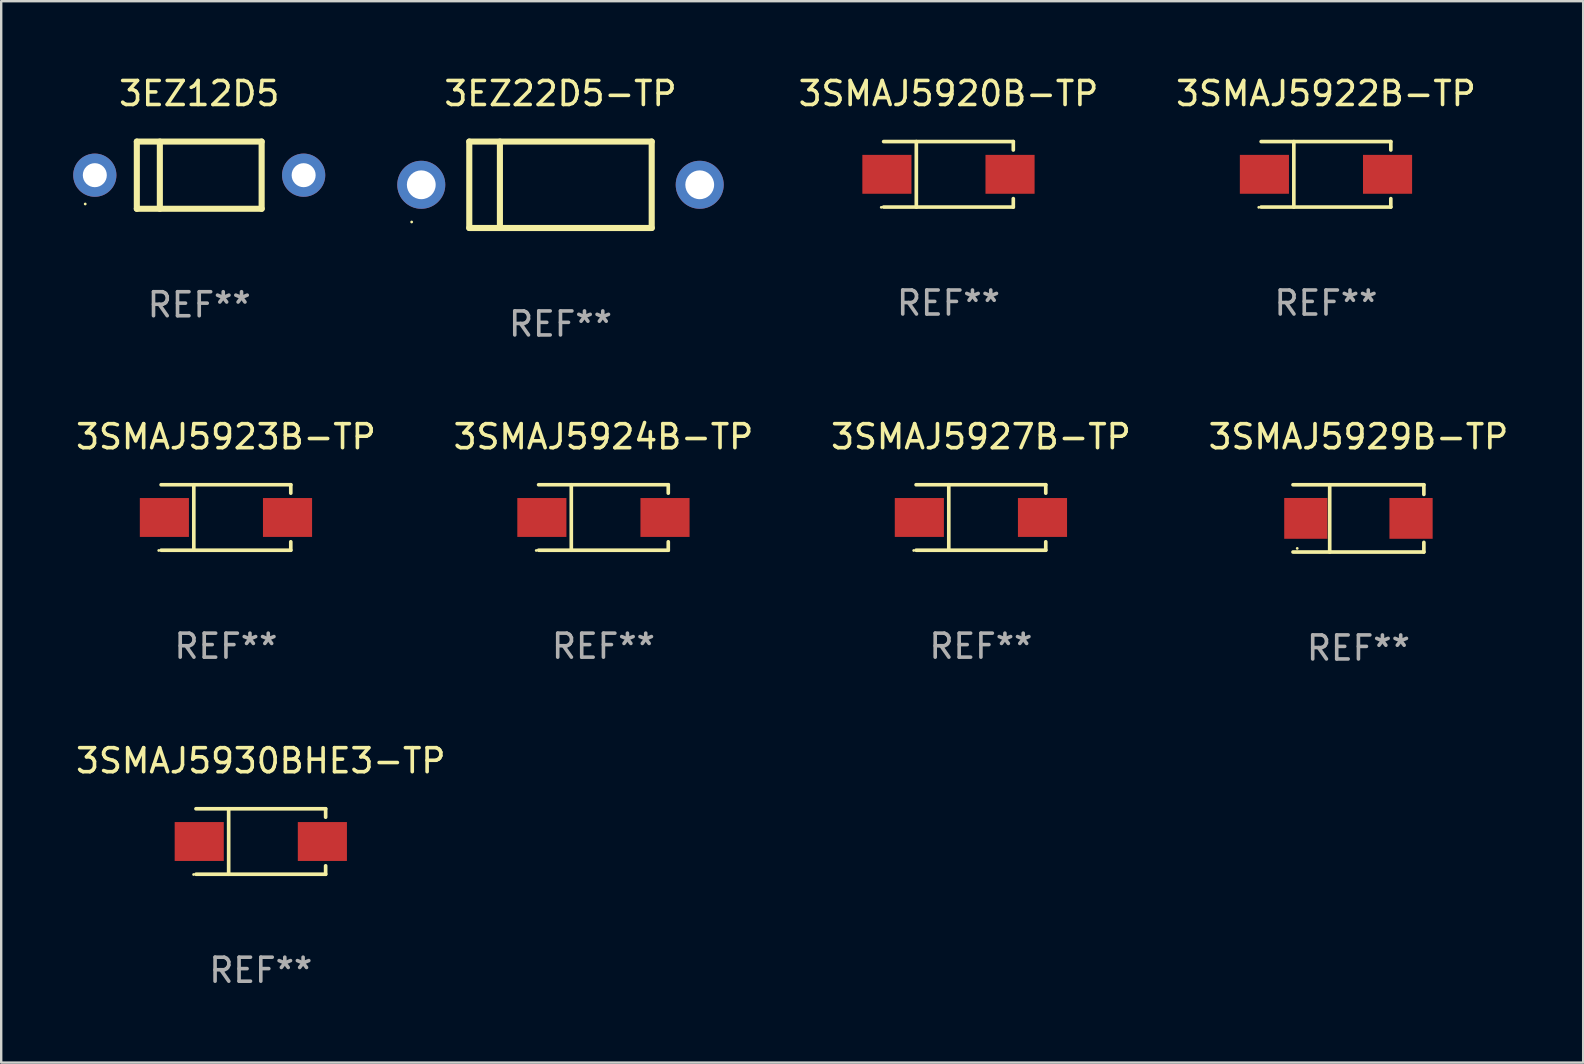
<source format=kicad_pcb>
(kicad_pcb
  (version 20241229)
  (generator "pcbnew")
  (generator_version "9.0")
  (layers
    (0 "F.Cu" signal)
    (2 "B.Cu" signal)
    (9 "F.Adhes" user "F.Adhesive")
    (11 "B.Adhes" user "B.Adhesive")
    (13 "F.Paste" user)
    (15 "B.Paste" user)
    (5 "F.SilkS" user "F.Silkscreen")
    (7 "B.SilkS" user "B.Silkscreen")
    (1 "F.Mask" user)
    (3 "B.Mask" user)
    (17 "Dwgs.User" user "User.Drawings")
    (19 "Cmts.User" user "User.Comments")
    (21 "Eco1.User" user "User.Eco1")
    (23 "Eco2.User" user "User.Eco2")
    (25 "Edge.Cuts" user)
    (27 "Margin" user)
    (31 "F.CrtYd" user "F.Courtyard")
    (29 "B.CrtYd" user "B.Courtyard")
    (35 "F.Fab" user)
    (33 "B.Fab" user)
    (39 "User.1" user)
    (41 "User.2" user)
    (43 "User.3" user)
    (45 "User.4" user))
  (footprint "3SMAJ5927B-TP"
    (layer "F.Cu")
    (at 37.815 18.508)
    (property "Reference" "3SMAJ5927B-TP" (at 0 -3.364 0) (layer "F.SilkS") (effects (font (size 1 1) (thickness 0.15))))
    (attr through_hole)
    (fp_line (start -2.701 -1.364) (end 2.701 -1.364) (stroke (width 0.152) (type solid)) (layer "F.SilkS"))
    (fp_line (start -2.701 1.364) (end 2.701 1.364) (stroke (width 0.152) (type solid)) (layer "F.SilkS"))
    (fp_line (start -1.339 -1.364) (end -1.339 1.364) (stroke (width 0.152) (type solid)) (layer "F.SilkS"))
    (fp_line (start 2.701 -1.364) (end 2.701 -1.013) (stroke (width 0.152) (type solid)) (layer "F.SilkS"))
    (fp_line (start 2.701 1.364) (end 2.701 1.013) (stroke (width 0.152) (type solid)) (layer "F.SilkS"))
    (fp_circle (center -2.8 1.375) (end -2.77 1.375) (stroke (width 0.06) (type solid)) (fill no) (layer "F.SilkS"))
    (fp_text user "REF**" (at 0 5.364 0) (layer "F.Fab") (effects (font (size 1 1) (thickness 0.15))))
    (pad "1" smd rect (at -2.565 -0.000025) (size 2.046 1.62) (layers "F.Cu" "F.Mask" "F.Paste"))
    (pad "2" smd rect (at 2.565 -0.000025) (size 2.046 1.62) (layers "F.Cu" "F.Mask" "F.Paste")))
  (footprint "3SMAJ5922B-TP"
    (layer "F.Cu")
    (at 52.19 4.212)
    (property "Reference" "3SMAJ5922B-TP" (at 0 -3.364 0) (layer "F.SilkS") (effects (font (size 1 1) (thickness 0.15))))
    (attr through_hole)
    (fp_line (start -2.701 -1.364) (end 2.701 -1.364) (stroke (width 0.152) (type solid)) (layer "F.SilkS"))
    (fp_line (start -2.701 1.364) (end 2.701 1.364) (stroke (width 0.152) (type solid)) (layer "F.SilkS"))
    (fp_line (start -1.339 -1.364) (end -1.339 1.364) (stroke (width 0.152) (type solid)) (layer "F.SilkS"))
    (fp_line (start 2.701 -1.364) (end 2.701 -1.013) (stroke (width 0.152) (type solid)) (layer "F.SilkS"))
    (fp_line (start 2.701 1.364) (end 2.701 1.013) (stroke (width 0.152) (type solid)) (layer "F.SilkS"))
    (fp_circle (center -2.8 1.375) (end -2.77 1.375) (stroke (width 0.06) (type solid)) (fill no) (layer "F.SilkS"))
    (fp_text user "REF**" (at 0 5.364 0) (layer "F.Fab") (effects (font (size 1 1) (thickness 0.15))))
    (pad "1" smd rect (at -2.565 -0.000025) (size 2.046 1.62) (layers "F.Cu" "F.Mask" "F.Paste"))
    (pad "2" smd rect (at 2.565 -0.000025) (size 2.046 1.62) (layers "F.Cu" "F.Mask" "F.Paste")))
  (footprint "3EZ22D5-TP"
    (layer "F.Cu")
    (at 20.3 4.648)
    (property "Reference" "3EZ22D5-TP" (at 0 -3.8 0) (layer "F.SilkS") (effects (font (size 1 1) (thickness 0.15))))
    (attr through_hole)
    (fp_line (start -3.8 -1.8) (end -3.8 1.8) (stroke (width 0.254) (type solid)) (layer "F.SilkS"))
    (fp_line (start -3.8 -1.8) (end 3.8 -1.8) (stroke (width 0.254) (type solid)) (layer "F.SilkS"))
    (fp_line (start -3.8 1.8) (end 3.8 1.8) (stroke (width 0.254) (type solid)) (layer "F.SilkS"))
    (fp_line (start -2.524 -1.8) (end -2.524 1.8) (stroke (width 0.254) (type solid)) (layer "F.SilkS"))
    (fp_line (start 3.8 -1.8) (end 3.8 1.8) (stroke (width 0.254) (type solid)) (layer "F.SilkS"))
    (fp_circle (center -6.2 1.55) (end -6.17 1.55) (stroke (width 0.06) (type solid)) (fill no) (layer "F.SilkS"))
    (fp_text user "REF**" (at 0 5.8 0) (layer "F.Fab") (effects (font (size 1 1) (thickness 0.15))))
    (pad "1" thru_hole circle (at -5.8 0) (size 2 2) (drill 1.2) (layers "*.Cu" "*.Mask"))
    (pad "2" thru_hole circle (at 5.8 0) (size 2 2) (drill 1.2) (layers "*.Cu" "*.Mask")))
  (footprint "3SMAJ5923B-TP"
    (layer "F.Cu")
    (at 6.363 18.508)
    (property "Reference" "3SMAJ5923B-TP" (at 0 -3.364 0) (layer "F.SilkS") (effects (font (size 1 1) (thickness 0.15))))
    (attr through_hole)
    (fp_line (start -2.701 -1.364) (end 2.701 -1.364) (stroke (width 0.152) (type solid)) (layer "F.SilkS"))
    (fp_line (start -2.701 1.364) (end 2.701 1.364) (stroke (width 0.152) (type solid)) (layer "F.SilkS"))
    (fp_line (start -1.339 -1.364) (end -1.339 1.364) (stroke (width 0.152) (type solid)) (layer "F.SilkS"))
    (fp_line (start 2.701 -1.364) (end 2.701 -1.013) (stroke (width 0.152) (type solid)) (layer "F.SilkS"))
    (fp_line (start 2.701 1.364) (end 2.701 1.013) (stroke (width 0.152) (type solid)) (layer "F.SilkS"))
    (fp_circle (center -2.8 1.375) (end -2.77 1.375) (stroke (width 0.06) (type solid)) (fill no) (layer "F.SilkS"))
    (fp_text user "REF**" (at 0 5.364 0) (layer "F.Fab") (effects (font (size 1 1) (thickness 0.15))))
    (pad "1" smd rect (at -2.565 -0.000025) (size 2.046 1.62) (layers "F.Cu" "F.Mask" "F.Paste"))
    (pad "2" smd rect (at 2.565 -0.000025) (size 2.046 1.62) (layers "F.Cu" "F.Mask" "F.Paste")))
  (footprint "3SMAJ5929B-TP"
    (layer "F.Cu")
    (at 53.542 18.546)
    (property "Reference" "3SMAJ5929B-TP" (at 0 -3.401 0) (layer "F.SilkS") (effects (font (size 1 1) (thickness 0.15))))
    (attr through_hole)
    (fp_line (start -2.726 -1.401) (end 2.726 -1.401) (stroke (width 0.152) (type solid)) (layer "F.SilkS"))
    (fp_line (start -2.726 1.401) (end 2.726 1.401) (stroke (width 0.152) (type solid)) (layer "F.SilkS"))
    (fp_line (start -1.197 -1.401) (end -1.197 1.401) (stroke (width 0.152) (type solid)) (layer "F.SilkS"))
    (fp_line (start 2.726 -1.401) (end 2.726 -1) (stroke (width 0.152) (type solid)) (layer "F.SilkS"))
    (fp_line (start 2.726 1.401) (end 2.726 1) (stroke (width 0.152) (type solid)) (layer "F.SilkS"))
    (fp_circle (center -2.55 1.25) (end -2.52 1.25) (stroke (width 0.06) (type solid)) (fill no) (layer "F.SilkS"))
    (fp_text user "REF**" (at 0 5.401 0) (layer "F.Fab") (effects (font (size 1 1) (thickness 0.15))))
    (pad "1" smd rect (at -2.192 0) (size 1.8 1.7) (layers "F.Cu" "F.Mask" "F.Paste"))
    (pad "2" smd rect (at 2.192 0) (size 1.8 1.7) (layers "F.Cu" "F.Mask" "F.Paste")))
  (footprint "3SMAJ5930BHE3-TP"
    (layer "F.Cu")
    (at 7.815 32.007)
    (property "Reference" "3SMAJ5930BHE3-TP" (at 0 -3.364 0) (layer "F.SilkS") (effects (font (size 1 1) (thickness 0.15))))
    (attr through_hole)
    (fp_line (start -2.701 -1.364) (end 2.701 -1.364) (stroke (width 0.152) (type solid)) (layer "F.SilkS"))
    (fp_line (start -2.701 1.364) (end 2.701 1.364) (stroke (width 0.152) (type solid)) (layer "F.SilkS"))
    (fp_line (start -1.339 -1.364) (end -1.339 1.364) (stroke (width 0.152) (type solid)) (layer "F.SilkS"))
    (fp_line (start 2.701 -1.364) (end 2.701 -1.013) (stroke (width 0.152) (type solid)) (layer "F.SilkS"))
    (fp_line (start 2.701 1.364) (end 2.701 1.013) (stroke (width 0.152) (type solid)) (layer "F.SilkS"))
    (fp_circle (center -2.8 1.375) (end -2.77 1.375) (stroke (width 0.06) (type solid)) (fill no) (layer "F.SilkS"))
    (fp_text user "REF**" (at 0 5.364 0) (layer "F.Fab") (effects (font (size 1 1) (thickness 0.15))))
    (pad "1" smd rect (at -2.565 -0.000025) (size 2.046 1.62) (layers "F.Cu" "F.Mask" "F.Paste"))
    (pad "2" smd rect (at 2.565 -0.000025) (size 2.046 1.62) (layers "F.Cu" "F.Mask" "F.Paste")))
  (footprint "3EZ12D5"
    (layer "F.Cu")
    (at 5.25 4.248)
    (property "Reference" "3EZ12D5" (at 0 -3.4 0) (layer "F.SilkS") (effects (font (size 1 1) (thickness 0.15))))
    (attr through_hole)
    (fp_line (start -2.6 -1.4) (end -2.6 1.4) (stroke (width 0.254) (type solid)) (layer "F.SilkS"))
    (fp_line (start -2.6 -1.4) (end 2.6 -1.4) (stroke (width 0.254) (type solid)) (layer "F.SilkS"))
    (fp_line (start -2.6 1.4) (end 2.6 1.4) (stroke (width 0.254) (type solid)) (layer "F.SilkS"))
    (fp_line (start -1.641 -1.4) (end -1.641 1.4) (stroke (width 0.254) (type solid)) (layer "F.SilkS"))
    (fp_line (start 2.6 -1.4) (end 2.6 1.4) (stroke (width 0.254) (type solid)) (layer "F.SilkS"))
    (fp_circle (center -4.75 1.2) (end -4.72 1.2) (stroke (width 0.06) (type solid)) (fill no) (layer "F.SilkS"))
    (fp_text user "REF**" (at 0 5.4 0) (layer "F.Fab") (effects (font (size 1 1) (thickness 0.15))))
    (pad "1" thru_hole circle (at -4.35 0) (size 1.8 1.8) (drill 1) (layers "*.Cu" "*.Mask"))
    (pad "2" thru_hole circle (at 4.35 0) (size 1.8 1.8) (drill 1) (layers "*.Cu" "*.Mask")))
  (footprint "3SMAJ5920B-TP"
    (layer "F.Cu")
    (at 36.463 4.212)
    (property "Reference" "3SMAJ5920B-TP" (at 0 -3.364 0) (layer "F.SilkS") (effects (font (size 1 1) (thickness 0.15))))
    (attr through_hole)
    (fp_line (start -2.701 -1.364) (end 2.701 -1.364) (stroke (width 0.152) (type solid)) (layer "F.SilkS"))
    (fp_line (start -2.701 1.364) (end 2.701 1.364) (stroke (width 0.152) (type solid)) (layer "F.SilkS"))
    (fp_line (start -1.339 -1.364) (end -1.339 1.364) (stroke (width 0.152) (type solid)) (layer "F.SilkS"))
    (fp_line (start 2.701 -1.364) (end 2.701 -1.013) (stroke (width 0.152) (type solid)) (layer "F.SilkS"))
    (fp_line (start 2.701 1.364) (end 2.701 1.013) (stroke (width 0.152) (type solid)) (layer "F.SilkS"))
    (fp_circle (center -2.8 1.375) (end -2.77 1.375) (stroke (width 0.06) (type solid)) (fill no) (layer "F.SilkS"))
    (fp_text user "REF**" (at 0 5.364 0) (layer "F.Fab") (effects (font (size 1 1) (thickness 0.15))))
    (pad "1" smd rect (at -2.565 -0.000025) (size 2.046 1.62) (layers "F.Cu" "F.Mask" "F.Paste"))
    (pad "2" smd rect (at 2.565 -0.000025) (size 2.046 1.62) (layers "F.Cu" "F.Mask" "F.Paste")))
  (footprint "3SMAJ5924B-TP"
    (layer "F.Cu")
    (at 22.089 18.508)
    (property "Reference" "3SMAJ5924B-TP" (at 0 -3.364 0) (layer "F.SilkS") (effects (font (size 1 1) (thickness 0.15))))
    (attr through_hole)
    (fp_line (start -2.701 -1.364) (end 2.701 -1.364) (stroke (width 0.152) (type solid)) (layer "F.SilkS"))
    (fp_line (start -2.701 1.364) (end 2.701 1.364) (stroke (width 0.152) (type solid)) (layer "F.SilkS"))
    (fp_line (start -1.339 -1.364) (end -1.339 1.364) (stroke (width 0.152) (type solid)) (layer "F.SilkS"))
    (fp_line (start 2.701 -1.364) (end 2.701 -1.013) (stroke (width 0.152) (type solid)) (layer "F.SilkS"))
    (fp_line (start 2.701 1.364) (end 2.701 1.013) (stroke (width 0.152) (type solid)) (layer "F.SilkS"))
    (fp_circle (center -2.8 1.375) (end -2.77 1.375) (stroke (width 0.06) (type solid)) (fill no) (layer "F.SilkS"))
    (fp_text user "REF**" (at 0 5.364 0) (layer "F.Fab") (effects (font (size 1 1) (thickness 0.15))))
    (pad "1" smd rect (at -2.565 -0.000025) (size 2.046 1.62) (layers "F.Cu" "F.Mask" "F.Paste"))
    (pad "2" smd rect (at 2.565 -0.000025) (size 2.046 1.62) (layers "F.Cu" "F.Mask" "F.Paste")))
  (gr_rect
    (start -3 -3)
    (end 62.905 41.219)
    (stroke (width 0.1) (type default))
    (fill no)
    (layer "Edge.Cuts")))
</source>
